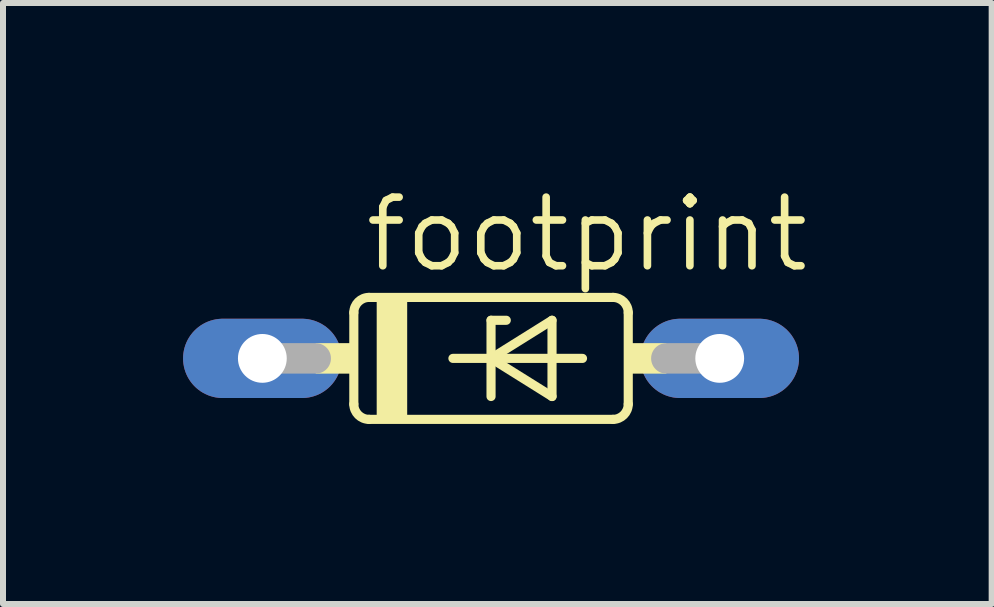
<source format=kicad_pcb>
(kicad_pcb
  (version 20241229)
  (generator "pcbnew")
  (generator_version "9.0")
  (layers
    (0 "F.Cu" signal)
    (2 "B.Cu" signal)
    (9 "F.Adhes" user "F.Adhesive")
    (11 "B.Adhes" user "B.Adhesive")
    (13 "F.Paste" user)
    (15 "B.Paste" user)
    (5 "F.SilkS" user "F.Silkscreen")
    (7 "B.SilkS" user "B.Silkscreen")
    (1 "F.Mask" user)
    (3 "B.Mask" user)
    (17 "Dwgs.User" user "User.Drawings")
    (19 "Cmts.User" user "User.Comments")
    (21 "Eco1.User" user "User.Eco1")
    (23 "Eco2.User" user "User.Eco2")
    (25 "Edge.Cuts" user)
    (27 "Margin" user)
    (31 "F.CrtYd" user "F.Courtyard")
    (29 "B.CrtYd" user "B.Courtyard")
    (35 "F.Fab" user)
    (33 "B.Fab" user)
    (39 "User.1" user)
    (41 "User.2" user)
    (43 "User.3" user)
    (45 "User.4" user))
  (footprint "footprint"
    (layer "F.Cu")
    (at 5.131 2.921)
    (property "Reference" "footprint" (at -2.159 -1.397 0) (layer "F.SilkS") (effects (font (size 1.143 1.143) (thickness 0.127)) (justify left bottom)))
    (fp_line (start -2.286 -0.762) (end -2.286 0.762) (stroke (width 0.152) (type solid)) (layer "F.SilkS"))
    (fp_line (start -2.032 -1.016) (end 2.032 -1.016) (stroke (width 0.152) (type solid)) (layer "F.SilkS"))
    (fp_line (start -2.032 1.016) (end 2.032 1.016) (stroke (width 0.152) (type solid)) (layer "F.SilkS"))
    (fp_line (start -0.635 0) (end 0 0) (stroke (width 0.152) (type solid)) (layer "F.SilkS"))
    (fp_line (start 0 -0.635) (end 0 0) (stroke (width 0.152) (type solid)) (layer "F.SilkS"))
    (fp_line (start 0 0) (end 0 0.635) (stroke (width 0.152) (type solid)) (layer "F.SilkS"))
    (fp_line (start 0 0) (end 1.016 -0.635) (stroke (width 0.152) (type solid)) (layer "F.SilkS"))
    (fp_line (start 0 0) (end 1.524 0) (stroke (width 0.152) (type solid)) (layer "F.SilkS"))
    (fp_line (start 0.254 -0.635) (end 0 -0.635) (stroke (width 0.152) (type solid)) (layer "F.SilkS"))
    (fp_line (start 1.016 -0.635) (end 1.016 0.635) (stroke (width 0.152) (type solid)) (layer "F.SilkS"))
    (fp_line (start 1.016 0.635) (end 0 0) (stroke (width 0.152) (type solid)) (layer "F.SilkS"))
    (fp_line (start 2.286 -0.762) (end 2.286 0.762) (stroke (width 0.152) (type solid)) (layer "F.SilkS"))
    (fp_arc (start -2.286 -0.762) (mid -2.211605 -0.941605) (end -2.032 -1.016) (stroke (width 0.1524) (type solid)) (layer "F.SilkS"))
    (fp_arc (start -2.032 1.016) (mid -2.211605 0.941605) (end -2.286 0.762) (stroke (width 0.1524) (type solid)) (layer "F.SilkS"))
    (fp_arc (start 2.032 -1.016) (mid 2.211605 -0.941605) (end 2.286 -0.762) (stroke (width 0.1524) (type solid)) (layer "F.SilkS"))
    (fp_arc (start 2.286 0.762) (mid 2.211605 0.941605) (end 2.032 1.016) (stroke (width 0.1524) (type solid)) (layer "F.SilkS"))
    (fp_poly (pts (xy -2.921 0.254) (xy -2.286 0.254) (xy -2.286 -0.254) (xy -2.921 -0.254)) (stroke (width 0) (type solid)) (fill yes) (layer "F.SilkS"))
    (fp_poly (pts (xy -1.905 1.016) (xy -1.397 1.016) (xy -1.397 -1.016) (xy -1.905 -1.016)) (stroke (width 0) (type solid)) (fill yes) (layer "F.SilkS"))
    (fp_poly (pts (xy 2.286 0.254) (xy 2.921 0.254) (xy 2.921 -0.254) (xy 2.286 -0.254)) (stroke (width 0) (type solid)) (fill yes) (layer "F.SilkS"))
    (fp_line (start -3.81 0) (end -2.921 0) (stroke (width 0.508) (type solid)) (layer "F.Fab"))
    (fp_line (start 3.81 0) (end 2.921 0) (stroke (width 0.508) (type solid)) (layer "F.Fab"))
    (pad "A" thru_hole oval (at 3.81 0) (size 2.642 1.321) (drill 0.813) (layers "*.Cu" "*.Mask"))
    (pad "C" thru_hole oval (at -3.81 0) (size 2.642 1.321) (drill 0.813) (layers "*.Cu" "*.Mask")))
  (gr_rect
    (start -3 -3)
    (end 13.472 7.013)
    (stroke (width 0.1) (type default))
    (fill no)
    (layer "Edge.Cuts")))
</source>
